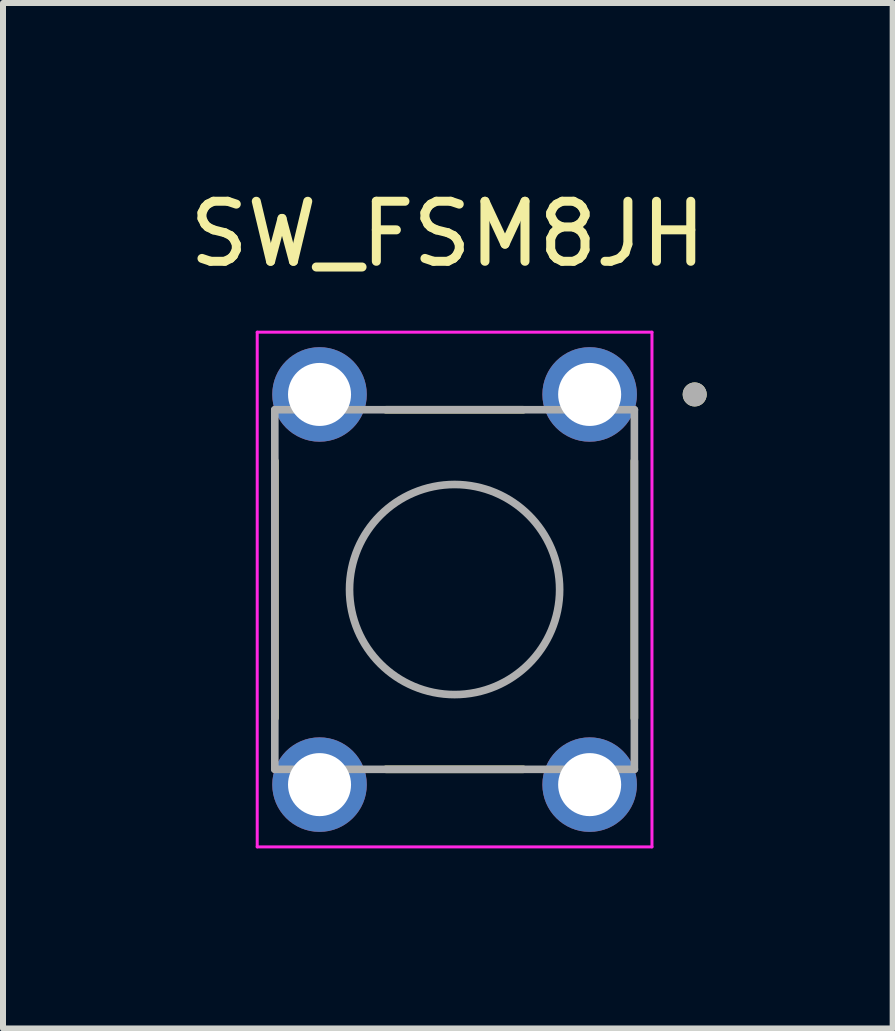
<source format=kicad_pcb>
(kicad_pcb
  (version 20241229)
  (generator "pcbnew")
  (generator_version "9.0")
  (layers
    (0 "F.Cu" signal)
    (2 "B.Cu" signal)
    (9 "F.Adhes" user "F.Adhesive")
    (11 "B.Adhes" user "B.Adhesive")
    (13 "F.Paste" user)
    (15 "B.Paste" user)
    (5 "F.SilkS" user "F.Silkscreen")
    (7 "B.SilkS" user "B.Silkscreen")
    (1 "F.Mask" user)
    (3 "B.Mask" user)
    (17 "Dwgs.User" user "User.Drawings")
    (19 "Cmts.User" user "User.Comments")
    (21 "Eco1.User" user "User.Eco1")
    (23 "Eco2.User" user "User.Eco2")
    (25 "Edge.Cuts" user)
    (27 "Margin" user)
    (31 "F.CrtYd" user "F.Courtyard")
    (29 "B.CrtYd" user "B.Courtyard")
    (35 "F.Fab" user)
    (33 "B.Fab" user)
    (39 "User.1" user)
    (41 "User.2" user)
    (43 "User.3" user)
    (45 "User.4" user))
  (footprint "SW_FSM8JH"
    (layer "F.Cu")
    (at 4.523 6.771)
    (property "Reference" "SW_FSM8JH" (at -0.113 -5.923 0) (layer "F.SilkS") (effects (font (size 1 1) (thickness 0.15))))
    (attr through_hole)
    (fp_line (start -2.995 -2.143) (end -2.995 2.143) (stroke (width 0.127) (type solid)) (layer "F.SilkS"))
    (fp_line (start -1.143 -2.995) (end 1.143 -2.995) (stroke (width 0.127) (type solid)) (layer "F.SilkS"))
    (fp_line (start -1.143 2.995) (end 1.143 2.995) (stroke (width 0.127) (type solid)) (layer "F.SilkS"))
    (fp_line (start 2.995 -2.143) (end 2.995 2.143) (stroke (width 0.127) (type solid)) (layer "F.SilkS"))
    (fp_circle (center 4 -3.25) (end 4.1 -3.25) (stroke (width 0.2) (type solid)) (fill no) (layer "F.SilkS"))
    (fp_line (start -3.288 -4.287) (end -3.288 4.287) (stroke (width 0.05) (type solid)) (layer "F.CrtYd"))
    (fp_line (start -3.288 4.287) (end 3.288 4.287) (stroke (width 0.05) (type solid)) (layer "F.CrtYd"))
    (fp_line (start 3.288 -4.287) (end -3.288 -4.287) (stroke (width 0.05) (type solid)) (layer "F.CrtYd"))
    (fp_line (start 3.288 4.287) (end 3.288 -4.287) (stroke (width 0.05) (type solid)) (layer "F.CrtYd"))
    (fp_line (start -2.995 -2.995) (end -2.995 2.995) (stroke (width 0.127) (type solid)) (layer "F.Fab"))
    (fp_line (start -2.995 2.995) (end 2.995 2.995) (stroke (width 0.127) (type solid)) (layer "F.Fab"))
    (fp_line (start 2.995 -2.995) (end -2.995 -2.995) (stroke (width 0.127) (type solid)) (layer "F.Fab"))
    (fp_line (start 2.995 2.995) (end 2.995 -2.995) (stroke (width 0.127) (type solid)) (layer "F.Fab"))
    (fp_circle (center 0 0) (end 1.75 0) (stroke (width 0.127) (type solid)) (fill no) (layer "F.Fab"))
    (fp_circle (center 4 -3.25) (end 4.1 -3.25) (stroke (width 0.2) (type solid)) (fill no) (layer "F.Fab"))
    (pad "1" thru_hole circle (at 2.25 -3.25) (size 1.575 1.575) (drill 1.05) (layers "*.Cu" "*.Mask"))
    (pad "2" thru_hole circle (at 2.25 3.25) (size 1.575 1.575) (drill 1.05) (layers "*.Cu" "*.Mask"))
    (pad "3" thru_hole circle (at -2.25 -3.25) (size 1.575 1.575) (drill 1.05) (layers "*.Cu" "*.Mask"))
    (pad "4" thru_hole circle (at -2.25 3.25) (size 1.575 1.575) (drill 1.05) (layers "*.Cu" "*.Mask")))
  (gr_rect
    (start -3 -3)
    (end 11.821 14.083)
    (stroke (width 0.1) (type default))
    (fill no)
    (layer "Edge.Cuts")))
</source>
